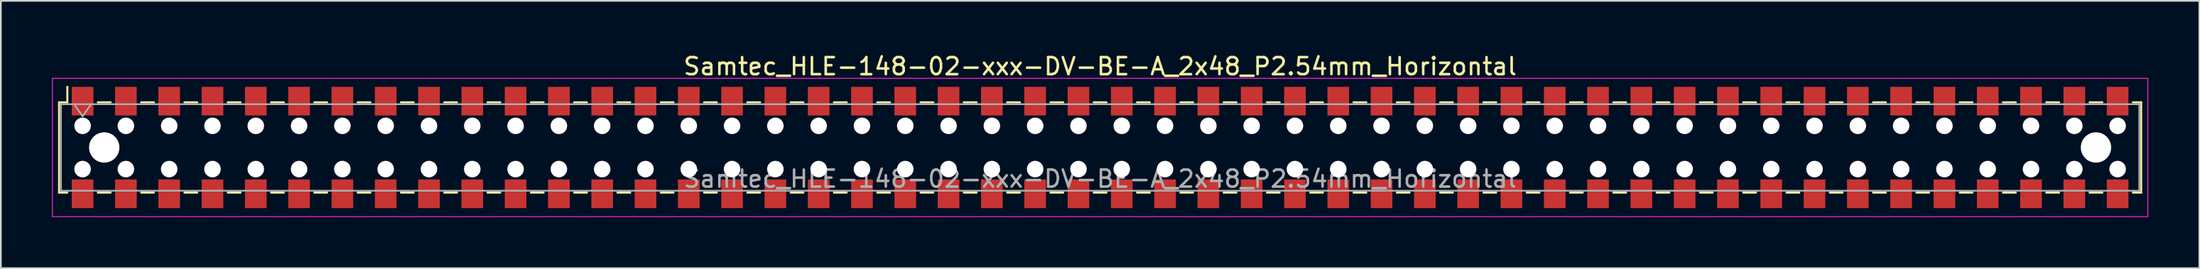
<source format=kicad_pcb>
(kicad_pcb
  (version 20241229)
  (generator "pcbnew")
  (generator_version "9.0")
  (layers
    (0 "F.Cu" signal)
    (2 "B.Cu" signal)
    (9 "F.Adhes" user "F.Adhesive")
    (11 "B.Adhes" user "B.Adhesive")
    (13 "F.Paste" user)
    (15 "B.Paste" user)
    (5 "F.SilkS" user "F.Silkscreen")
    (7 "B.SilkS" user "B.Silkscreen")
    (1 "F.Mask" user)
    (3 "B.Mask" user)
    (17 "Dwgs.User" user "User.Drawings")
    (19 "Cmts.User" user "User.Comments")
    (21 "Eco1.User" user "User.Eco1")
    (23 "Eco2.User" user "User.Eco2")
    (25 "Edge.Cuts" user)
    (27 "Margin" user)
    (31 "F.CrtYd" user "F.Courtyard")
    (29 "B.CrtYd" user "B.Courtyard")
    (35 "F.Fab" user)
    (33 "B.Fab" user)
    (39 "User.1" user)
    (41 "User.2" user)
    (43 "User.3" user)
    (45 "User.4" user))
  (footprint "Samtec_HLE-148-02-xxx-DV-BE-A_2x48_P2.54mm_Horizontal"
    (layer "F.Cu")
    (at 61.485 5.608)
    (property "Reference" "Samtec_HLE-148-02-xxx-DV-BE-A_2x48_P2.54mm_Horizontal" (at 0 -4.76 0) (layer "F.SilkS") (effects (font (size 1 1) (thickness 0.15))))
    (attr smd)
    (fp_line (start -61.07 -2.65) (end -61.07 2.65) (stroke (width 0.12) (type solid)) (layer "F.SilkS"))
    (fp_line (start -61.07 2.65) (end -60.585 2.65) (stroke (width 0.12) (type solid)) (layer "F.SilkS"))
    (fp_line (start -60.585 -3.56) (end -60.585 -2.65) (stroke (width 0.12) (type solid)) (layer "F.SilkS"))
    (fp_line (start -60.585 -2.65) (end -61.07 -2.65) (stroke (width 0.12) (type solid)) (layer "F.SilkS"))
    (fp_line (start -58.795 -2.65) (end -58.045 -2.65) (stroke (width 0.12) (type solid)) (layer "F.SilkS"))
    (fp_line (start -58.795 2.65) (end -58.045 2.65) (stroke (width 0.12) (type solid)) (layer "F.SilkS"))
    (fp_line (start -56.255 -2.65) (end -55.505 -2.65) (stroke (width 0.12) (type solid)) (layer "F.SilkS"))
    (fp_line (start -56.255 2.65) (end -55.505 2.65) (stroke (width 0.12) (type solid)) (layer "F.SilkS"))
    (fp_line (start -53.715 -2.65) (end -52.965 -2.65) (stroke (width 0.12) (type solid)) (layer "F.SilkS"))
    (fp_line (start -53.715 2.65) (end -52.965 2.65) (stroke (width 0.12) (type solid)) (layer "F.SilkS"))
    (fp_line (start -51.175 -2.65) (end -50.425 -2.65) (stroke (width 0.12) (type solid)) (layer "F.SilkS"))
    (fp_line (start -51.175 2.65) (end -50.425 2.65) (stroke (width 0.12) (type solid)) (layer "F.SilkS"))
    (fp_line (start -48.635 -2.65) (end -47.885 -2.65) (stroke (width 0.12) (type solid)) (layer "F.SilkS"))
    (fp_line (start -48.635 2.65) (end -47.885 2.65) (stroke (width 0.12) (type solid)) (layer "F.SilkS"))
    (fp_line (start -46.095 -2.65) (end -45.345 -2.65) (stroke (width 0.12) (type solid)) (layer "F.SilkS"))
    (fp_line (start -46.095 2.65) (end -45.345 2.65) (stroke (width 0.12) (type solid)) (layer "F.SilkS"))
    (fp_line (start -43.555 -2.65) (end -42.805 -2.65) (stroke (width 0.12) (type solid)) (layer "F.SilkS"))
    (fp_line (start -43.555 2.65) (end -42.805 2.65) (stroke (width 0.12) (type solid)) (layer "F.SilkS"))
    (fp_line (start -41.015 -2.65) (end -40.265 -2.65) (stroke (width 0.12) (type solid)) (layer "F.SilkS"))
    (fp_line (start -41.015 2.65) (end -40.265 2.65) (stroke (width 0.12) (type solid)) (layer "F.SilkS"))
    (fp_line (start -38.475 -2.65) (end -37.725 -2.65) (stroke (width 0.12) (type solid)) (layer "F.SilkS"))
    (fp_line (start -38.475 2.65) (end -37.725 2.65) (stroke (width 0.12) (type solid)) (layer "F.SilkS"))
    (fp_line (start -35.935 -2.65) (end -35.185 -2.65) (stroke (width 0.12) (type solid)) (layer "F.SilkS"))
    (fp_line (start -35.935 2.65) (end -35.185 2.65) (stroke (width 0.12) (type solid)) (layer "F.SilkS"))
    (fp_line (start -33.395 -2.65) (end -32.645 -2.65) (stroke (width 0.12) (type solid)) (layer "F.SilkS"))
    (fp_line (start -33.395 2.65) (end -32.645 2.65) (stroke (width 0.12) (type solid)) (layer "F.SilkS"))
    (fp_line (start -30.855 -2.65) (end -30.105 -2.65) (stroke (width 0.12) (type solid)) (layer "F.SilkS"))
    (fp_line (start -30.855 2.65) (end -30.105 2.65) (stroke (width 0.12) (type solid)) (layer "F.SilkS"))
    (fp_line (start -28.315 -2.65) (end -27.565 -2.65) (stroke (width 0.12) (type solid)) (layer "F.SilkS"))
    (fp_line (start -28.315 2.65) (end -27.565 2.65) (stroke (width 0.12) (type solid)) (layer "F.SilkS"))
    (fp_line (start -25.775 -2.65) (end -25.025 -2.65) (stroke (width 0.12) (type solid)) (layer "F.SilkS"))
    (fp_line (start -25.775 2.65) (end -25.025 2.65) (stroke (width 0.12) (type solid)) (layer "F.SilkS"))
    (fp_line (start -23.235 -2.65) (end -22.485 -2.65) (stroke (width 0.12) (type solid)) (layer "F.SilkS"))
    (fp_line (start -23.235 2.65) (end -22.485 2.65) (stroke (width 0.12) (type solid)) (layer "F.SilkS"))
    (fp_line (start -20.695 -2.65) (end -19.945 -2.65) (stroke (width 0.12) (type solid)) (layer "F.SilkS"))
    (fp_line (start -20.695 2.65) (end -19.945 2.65) (stroke (width 0.12) (type solid)) (layer "F.SilkS"))
    (fp_line (start -18.155 -2.65) (end -17.405 -2.65) (stroke (width 0.12) (type solid)) (layer "F.SilkS"))
    (fp_line (start -18.155 2.65) (end -17.405 2.65) (stroke (width 0.12) (type solid)) (layer "F.SilkS"))
    (fp_line (start -15.615 -2.65) (end -14.865 -2.65) (stroke (width 0.12) (type solid)) (layer "F.SilkS"))
    (fp_line (start -15.615 2.65) (end -14.865 2.65) (stroke (width 0.12) (type solid)) (layer "F.SilkS"))
    (fp_line (start -13.075 -2.65) (end -12.325 -2.65) (stroke (width 0.12) (type solid)) (layer "F.SilkS"))
    (fp_line (start -13.075 2.65) (end -12.325 2.65) (stroke (width 0.12) (type solid)) (layer "F.SilkS"))
    (fp_line (start -10.535 -2.65) (end -9.785 -2.65) (stroke (width 0.12) (type solid)) (layer "F.SilkS"))
    (fp_line (start -10.535 2.65) (end -9.785 2.65) (stroke (width 0.12) (type solid)) (layer "F.SilkS"))
    (fp_line (start -7.995 -2.65) (end -7.245 -2.65) (stroke (width 0.12) (type solid)) (layer "F.SilkS"))
    (fp_line (start -7.995 2.65) (end -7.245 2.65) (stroke (width 0.12) (type solid)) (layer "F.SilkS"))
    (fp_line (start -5.455 -2.65) (end -4.705 -2.65) (stroke (width 0.12) (type solid)) (layer "F.SilkS"))
    (fp_line (start -5.455 2.65) (end -4.705 2.65) (stroke (width 0.12) (type solid)) (layer "F.SilkS"))
    (fp_line (start -2.915 -2.65) (end -2.165 -2.65) (stroke (width 0.12) (type solid)) (layer "F.SilkS"))
    (fp_line (start -2.915 2.65) (end -2.165 2.65) (stroke (width 0.12) (type solid)) (layer "F.SilkS"))
    (fp_line (start -0.375 -2.65) (end 0.375 -2.65) (stroke (width 0.12) (type solid)) (layer "F.SilkS"))
    (fp_line (start -0.375 2.65) (end 0.375 2.65) (stroke (width 0.12) (type solid)) (layer "F.SilkS"))
    (fp_line (start 2.165 -2.65) (end 2.915 -2.65) (stroke (width 0.12) (type solid)) (layer "F.SilkS"))
    (fp_line (start 2.165 2.65) (end 2.915 2.65) (stroke (width 0.12) (type solid)) (layer "F.SilkS"))
    (fp_line (start 4.705 -2.65) (end 5.455 -2.65) (stroke (width 0.12) (type solid)) (layer "F.SilkS"))
    (fp_line (start 4.705 2.65) (end 5.455 2.65) (stroke (width 0.12) (type solid)) (layer "F.SilkS"))
    (fp_line (start 7.245 -2.65) (end 7.995 -2.65) (stroke (width 0.12) (type solid)) (layer "F.SilkS"))
    (fp_line (start 7.245 2.65) (end 7.995 2.65) (stroke (width 0.12) (type solid)) (layer "F.SilkS"))
    (fp_line (start 9.785 -2.65) (end 10.535 -2.65) (stroke (width 0.12) (type solid)) (layer "F.SilkS"))
    (fp_line (start 9.785 2.65) (end 10.535 2.65) (stroke (width 0.12) (type solid)) (layer "F.SilkS"))
    (fp_line (start 12.325 -2.65) (end 13.075 -2.65) (stroke (width 0.12) (type solid)) (layer "F.SilkS"))
    (fp_line (start 12.325 2.65) (end 13.075 2.65) (stroke (width 0.12) (type solid)) (layer "F.SilkS"))
    (fp_line (start 14.865 -2.65) (end 15.615 -2.65) (stroke (width 0.12) (type solid)) (layer "F.SilkS"))
    (fp_line (start 14.865 2.65) (end 15.615 2.65) (stroke (width 0.12) (type solid)) (layer "F.SilkS"))
    (fp_line (start 17.405 -2.65) (end 18.155 -2.65) (stroke (width 0.12) (type solid)) (layer "F.SilkS"))
    (fp_line (start 17.405 2.65) (end 18.155 2.65) (stroke (width 0.12) (type solid)) (layer "F.SilkS"))
    (fp_line (start 19.945 -2.65) (end 20.695 -2.65) (stroke (width 0.12) (type solid)) (layer "F.SilkS"))
    (fp_line (start 19.945 2.65) (end 20.695 2.65) (stroke (width 0.12) (type solid)) (layer "F.SilkS"))
    (fp_line (start 22.485 -2.65) (end 23.235 -2.65) (stroke (width 0.12) (type solid)) (layer "F.SilkS"))
    (fp_line (start 22.485 2.65) (end 23.235 2.65) (stroke (width 0.12) (type solid)) (layer "F.SilkS"))
    (fp_line (start 25.025 -2.65) (end 25.775 -2.65) (stroke (width 0.12) (type solid)) (layer "F.SilkS"))
    (fp_line (start 25.025 2.65) (end 25.775 2.65) (stroke (width 0.12) (type solid)) (layer "F.SilkS"))
    (fp_line (start 27.565 -2.65) (end 28.315 -2.65) (stroke (width 0.12) (type solid)) (layer "F.SilkS"))
    (fp_line (start 27.565 2.65) (end 28.315 2.65) (stroke (width 0.12) (type solid)) (layer "F.SilkS"))
    (fp_line (start 30.105 -2.65) (end 30.855 -2.65) (stroke (width 0.12) (type solid)) (layer "F.SilkS"))
    (fp_line (start 30.105 2.65) (end 30.855 2.65) (stroke (width 0.12) (type solid)) (layer "F.SilkS"))
    (fp_line (start 32.645 -2.65) (end 33.395 -2.65) (stroke (width 0.12) (type solid)) (layer "F.SilkS"))
    (fp_line (start 32.645 2.65) (end 33.395 2.65) (stroke (width 0.12) (type solid)) (layer "F.SilkS"))
    (fp_line (start 35.185 -2.65) (end 35.935 -2.65) (stroke (width 0.12) (type solid)) (layer "F.SilkS"))
    (fp_line (start 35.185 2.65) (end 35.935 2.65) (stroke (width 0.12) (type solid)) (layer "F.SilkS"))
    (fp_line (start 37.725 -2.65) (end 38.475 -2.65) (stroke (width 0.12) (type solid)) (layer "F.SilkS"))
    (fp_line (start 37.725 2.65) (end 38.475 2.65) (stroke (width 0.12) (type solid)) (layer "F.SilkS"))
    (fp_line (start 40.265 -2.65) (end 41.015 -2.65) (stroke (width 0.12) (type solid)) (layer "F.SilkS"))
    (fp_line (start 40.265 2.65) (end 41.015 2.65) (stroke (width 0.12) (type solid)) (layer "F.SilkS"))
    (fp_line (start 42.805 -2.65) (end 43.555 -2.65) (stroke (width 0.12) (type solid)) (layer "F.SilkS"))
    (fp_line (start 42.805 2.65) (end 43.555 2.65) (stroke (width 0.12) (type solid)) (layer "F.SilkS"))
    (fp_line (start 45.345 -2.65) (end 46.095 -2.65) (stroke (width 0.12) (type solid)) (layer "F.SilkS"))
    (fp_line (start 45.345 2.65) (end 46.095 2.65) (stroke (width 0.12) (type solid)) (layer "F.SilkS"))
    (fp_line (start 47.885 -2.65) (end 48.635 -2.65) (stroke (width 0.12) (type solid)) (layer "F.SilkS"))
    (fp_line (start 47.885 2.65) (end 48.635 2.65) (stroke (width 0.12) (type solid)) (layer "F.SilkS"))
    (fp_line (start 50.425 -2.65) (end 51.175 -2.65) (stroke (width 0.12) (type solid)) (layer "F.SilkS"))
    (fp_line (start 50.425 2.65) (end 51.175 2.65) (stroke (width 0.12) (type solid)) (layer "F.SilkS"))
    (fp_line (start 52.965 -2.65) (end 53.715 -2.65) (stroke (width 0.12) (type solid)) (layer "F.SilkS"))
    (fp_line (start 52.965 2.65) (end 53.715 2.65) (stroke (width 0.12) (type solid)) (layer "F.SilkS"))
    (fp_line (start 55.505 -2.65) (end 56.255 -2.65) (stroke (width 0.12) (type solid)) (layer "F.SilkS"))
    (fp_line (start 55.505 2.65) (end 56.255 2.65) (stroke (width 0.12) (type solid)) (layer "F.SilkS"))
    (fp_line (start 58.045 -2.65) (end 58.795 -2.65) (stroke (width 0.12) (type solid)) (layer "F.SilkS"))
    (fp_line (start 58.045 2.65) (end 58.795 2.65) (stroke (width 0.12) (type solid)) (layer "F.SilkS"))
    (fp_line (start 60.585 -2.65) (end 61.07 -2.65) (stroke (width 0.12) (type solid)) (layer "F.SilkS"))
    (fp_line (start 61.07 -2.65) (end 61.07 2.65) (stroke (width 0.12) (type solid)) (layer "F.SilkS"))
    (fp_line (start 61.07 2.65) (end 60.585 2.65) (stroke (width 0.12) (type solid)) (layer "F.SilkS"))
    (fp_line (start -61.46 -4.06) (end 61.46 -4.06) (stroke (width 0.05) (type solid)) (layer "F.CrtYd"))
    (fp_line (start -61.46 4.06) (end -61.46 -4.06) (stroke (width 0.05) (type solid)) (layer "F.CrtYd"))
    (fp_line (start 61.46 -4.06) (end 61.46 4.06) (stroke (width 0.05) (type solid)) (layer "F.CrtYd"))
    (fp_line (start 61.46 4.06) (end -61.46 4.06) (stroke (width 0.05) (type solid)) (layer "F.CrtYd"))
    (fp_line (start -60.96 -2.54) (end 60.96 -2.54) (stroke (width 0.1) (type solid)) (layer "F.Fab"))
    (fp_line (start -60.96 2.54) (end -60.96 -2.54) (stroke (width 0.1) (type solid)) (layer "F.Fab"))
    (fp_line (start -60.19 -2.54) (end -59.69 -1.833) (stroke (width 0.1) (type solid)) (layer "F.Fab"))
    (fp_line (start -59.69 -1.833) (end -59.19 -2.54) (stroke (width 0.1) (type solid)) (layer "F.Fab"))
    (fp_line (start 60.96 -2.54) (end 60.96 2.54) (stroke (width 0.1) (type solid)) (layer "F.Fab"))
    (fp_line (start 60.96 2.54) (end -60.96 2.54) (stroke (width 0.1) (type solid)) (layer "F.Fab"))
    (fp_text user "${REFERENCE}" (at 0 1.84 0) (layer "F.Fab") (effects (font (size 1 1) (thickness 0.15))))
    (pad "" np_thru_hole circle (at -59.69 -1.27) (size 0.97 0.97) (drill 0.97) (layers "*.Cu" "*.Mask"))
    (pad "" np_thru_hole circle (at -59.69 1.27) (size 0.97 0.97) (drill 0.97) (layers "*.Cu" "*.Mask"))
    (pad "" np_thru_hole circle (at -58.42 0) (size 1.78 1.78) (drill 1.78) (layers "*.Cu" "*.Mask"))
    (pad "" np_thru_hole circle (at -57.15 -1.27) (size 0.97 0.97) (drill 0.97) (layers "*.Cu" "*.Mask"))
    (pad "" np_thru_hole circle (at -57.15 1.27) (size 0.97 0.97) (drill 0.97) (layers "*.Cu" "*.Mask"))
    (pad "" np_thru_hole circle (at -54.61 -1.27) (size 0.97 0.97) (drill 0.97) (layers "*.Cu" "*.Mask"))
    (pad "" np_thru_hole circle (at -54.61 1.27) (size 0.97 0.97) (drill 0.97) (layers "*.Cu" "*.Mask"))
    (pad "" np_thru_hole circle (at -52.07 -1.27) (size 0.97 0.97) (drill 0.97) (layers "*.Cu" "*.Mask"))
    (pad "" np_thru_hole circle (at -52.07 1.27) (size 0.97 0.97) (drill 0.97) (layers "*.Cu" "*.Mask"))
    (pad "" np_thru_hole circle (at -49.53 -1.27) (size 0.97 0.97) (drill 0.97) (layers "*.Cu" "*.Mask"))
    (pad "" np_thru_hole circle (at -49.53 1.27) (size 0.97 0.97) (drill 0.97) (layers "*.Cu" "*.Mask"))
    (pad "" np_thru_hole circle (at -46.99 -1.27) (size 0.97 0.97) (drill 0.97) (layers "*.Cu" "*.Mask"))
    (pad "" np_thru_hole circle (at -46.99 1.27) (size 0.97 0.97) (drill 0.97) (layers "*.Cu" "*.Mask"))
    (pad "" np_thru_hole circle (at -44.45 -1.27) (size 0.97 0.97) (drill 0.97) (layers "*.Cu" "*.Mask"))
    (pad "" np_thru_hole circle (at -44.45 1.27) (size 0.97 0.97) (drill 0.97) (layers "*.Cu" "*.Mask"))
    (pad "" np_thru_hole circle (at -41.91 -1.27) (size 0.97 0.97) (drill 0.97) (layers "*.Cu" "*.Mask"))
    (pad "" np_thru_hole circle (at -41.91 1.27) (size 0.97 0.97) (drill 0.97) (layers "*.Cu" "*.Mask"))
    (pad "" np_thru_hole circle (at -39.37 -1.27) (size 0.97 0.97) (drill 0.97) (layers "*.Cu" "*.Mask"))
    (pad "" np_thru_hole circle (at -39.37 1.27) (size 0.97 0.97) (drill 0.97) (layers "*.Cu" "*.Mask"))
    (pad "" np_thru_hole circle (at -36.83 -1.27) (size 0.97 0.97) (drill 0.97) (layers "*.Cu" "*.Mask"))
    (pad "" np_thru_hole circle (at -36.83 1.27) (size 0.97 0.97) (drill 0.97) (layers "*.Cu" "*.Mask"))
    (pad "" np_thru_hole circle (at -34.29 -1.27) (size 0.97 0.97) (drill 0.97) (layers "*.Cu" "*.Mask"))
    (pad "" np_thru_hole circle (at -34.29 1.27) (size 0.97 0.97) (drill 0.97) (layers "*.Cu" "*.Mask"))
    (pad "" np_thru_hole circle (at -31.75 -1.27) (size 0.97 0.97) (drill 0.97) (layers "*.Cu" "*.Mask"))
    (pad "" np_thru_hole circle (at -31.75 1.27) (size 0.97 0.97) (drill 0.97) (layers "*.Cu" "*.Mask"))
    (pad "" np_thru_hole circle (at -29.21 -1.27) (size 0.97 0.97) (drill 0.97) (layers "*.Cu" "*.Mask"))
    (pad "" np_thru_hole circle (at -29.21 1.27) (size 0.97 0.97) (drill 0.97) (layers "*.Cu" "*.Mask"))
    (pad "" np_thru_hole circle (at -26.67 -1.27) (size 0.97 0.97) (drill 0.97) (layers "*.Cu" "*.Mask"))
    (pad "" np_thru_hole circle (at -26.67 1.27) (size 0.97 0.97) (drill 0.97) (layers "*.Cu" "*.Mask"))
    (pad "" np_thru_hole circle (at -24.13 -1.27) (size 0.97 0.97) (drill 0.97) (layers "*.Cu" "*.Mask"))
    (pad "" np_thru_hole circle (at -24.13 1.27) (size 0.97 0.97) (drill 0.97) (layers "*.Cu" "*.Mask"))
    (pad "" np_thru_hole circle (at -21.59 -1.27) (size 0.97 0.97) (drill 0.97) (layers "*.Cu" "*.Mask"))
    (pad "" np_thru_hole circle (at -21.59 1.27) (size 0.97 0.97) (drill 0.97) (layers "*.Cu" "*.Mask"))
    (pad "" np_thru_hole circle (at -19.05 -1.27) (size 0.97 0.97) (drill 0.97) (layers "*.Cu" "*.Mask"))
    (pad "" np_thru_hole circle (at -19.05 1.27) (size 0.97 0.97) (drill 0.97) (layers "*.Cu" "*.Mask"))
    (pad "" np_thru_hole circle (at -16.51 -1.27) (size 0.97 0.97) (drill 0.97) (layers "*.Cu" "*.Mask"))
    (pad "" np_thru_hole circle (at -16.51 1.27) (size 0.97 0.97) (drill 0.97) (layers "*.Cu" "*.Mask"))
    (pad "" np_thru_hole circle (at -13.97 -1.27) (size 0.97 0.97) (drill 0.97) (layers "*.Cu" "*.Mask"))
    (pad "" np_thru_hole circle (at -13.97 1.27) (size 0.97 0.97) (drill 0.97) (layers "*.Cu" "*.Mask"))
    (pad "" np_thru_hole circle (at -11.43 -1.27) (size 0.97 0.97) (drill 0.97) (layers "*.Cu" "*.Mask"))
    (pad "" np_thru_hole circle (at -11.43 1.27) (size 0.97 0.97) (drill 0.97) (layers "*.Cu" "*.Mask"))
    (pad "" np_thru_hole circle (at -8.89 -1.27) (size 0.97 0.97) (drill 0.97) (layers "*.Cu" "*.Mask"))
    (pad "" np_thru_hole circle (at -8.89 1.27) (size 0.97 0.97) (drill 0.97) (layers "*.Cu" "*.Mask"))
    (pad "" np_thru_hole circle (at -6.35 -1.27) (size 0.97 0.97) (drill 0.97) (layers "*.Cu" "*.Mask"))
    (pad "" np_thru_hole circle (at -6.35 1.27) (size 0.97 0.97) (drill 0.97) (layers "*.Cu" "*.Mask"))
    (pad "" np_thru_hole circle (at -3.81 -1.27) (size 0.97 0.97) (drill 0.97) (layers "*.Cu" "*.Mask"))
    (pad "" np_thru_hole circle (at -3.81 1.27) (size 0.97 0.97) (drill 0.97) (layers "*.Cu" "*.Mask"))
    (pad "" np_thru_hole circle (at -1.27 -1.27) (size 0.97 0.97) (drill 0.97) (layers "*.Cu" "*.Mask"))
    (pad "" np_thru_hole circle (at -1.27 1.27) (size 0.97 0.97) (drill 0.97) (layers "*.Cu" "*.Mask"))
    (pad "" np_thru_hole circle (at 1.27 -1.27) (size 0.97 0.97) (drill 0.97) (layers "*.Cu" "*.Mask"))
    (pad "" np_thru_hole circle (at 1.27 1.27) (size 0.97 0.97) (drill 0.97) (layers "*.Cu" "*.Mask"))
    (pad "" np_thru_hole circle (at 3.81 -1.27) (size 0.97 0.97) (drill 0.97) (layers "*.Cu" "*.Mask"))
    (pad "" np_thru_hole circle (at 3.81 1.27) (size 0.97 0.97) (drill 0.97) (layers "*.Cu" "*.Mask"))
    (pad "" np_thru_hole circle (at 6.35 -1.27) (size 0.97 0.97) (drill 0.97) (layers "*.Cu" "*.Mask"))
    (pad "" np_thru_hole circle (at 6.35 1.27) (size 0.97 0.97) (drill 0.97) (layers "*.Cu" "*.Mask"))
    (pad "" np_thru_hole circle (at 8.89 -1.27) (size 0.97 0.97) (drill 0.97) (layers "*.Cu" "*.Mask"))
    (pad "" np_thru_hole circle (at 8.89 1.27) (size 0.97 0.97) (drill 0.97) (layers "*.Cu" "*.Mask"))
    (pad "" np_thru_hole circle (at 11.43 -1.27) (size 0.97 0.97) (drill 0.97) (layers "*.Cu" "*.Mask"))
    (pad "" np_thru_hole circle (at 11.43 1.27) (size 0.97 0.97) (drill 0.97) (layers "*.Cu" "*.Mask"))
    (pad "" np_thru_hole circle (at 13.97 -1.27) (size 0.97 0.97) (drill 0.97) (layers "*.Cu" "*.Mask"))
    (pad "" np_thru_hole circle (at 13.97 1.27) (size 0.97 0.97) (drill 0.97) (layers "*.Cu" "*.Mask"))
    (pad "" np_thru_hole circle (at 16.51 -1.27) (size 0.97 0.97) (drill 0.97) (layers "*.Cu" "*.Mask"))
    (pad "" np_thru_hole circle (at 16.51 1.27) (size 0.97 0.97) (drill 0.97) (layers "*.Cu" "*.Mask"))
    (pad "" np_thru_hole circle (at 19.05 -1.27) (size 0.97 0.97) (drill 0.97) (layers "*.Cu" "*.Mask"))
    (pad "" np_thru_hole circle (at 19.05 1.27) (size 0.97 0.97) (drill 0.97) (layers "*.Cu" "*.Mask"))
    (pad "" np_thru_hole circle (at 21.59 -1.27) (size 0.97 0.97) (drill 0.97) (layers "*.Cu" "*.Mask"))
    (pad "" np_thru_hole circle (at 21.59 1.27) (size 0.97 0.97) (drill 0.97) (layers "*.Cu" "*.Mask"))
    (pad "" np_thru_hole circle (at 24.13 -1.27) (size 0.97 0.97) (drill 0.97) (layers "*.Cu" "*.Mask"))
    (pad "" np_thru_hole circle (at 24.13 1.27) (size 0.97 0.97) (drill 0.97) (layers "*.Cu" "*.Mask"))
    (pad "" np_thru_hole circle (at 26.67 -1.27) (size 0.97 0.97) (drill 0.97) (layers "*.Cu" "*.Mask"))
    (pad "" np_thru_hole circle (at 26.67 1.27) (size 0.97 0.97) (drill 0.97) (layers "*.Cu" "*.Mask"))
    (pad "" np_thru_hole circle (at 29.21 -1.27) (size 0.97 0.97) (drill 0.97) (layers "*.Cu" "*.Mask"))
    (pad "" np_thru_hole circle (at 29.21 1.27) (size 0.97 0.97) (drill 0.97) (layers "*.Cu" "*.Mask"))
    (pad "" np_thru_hole circle (at 31.75 -1.27) (size 0.97 0.97) (drill 0.97) (layers "*.Cu" "*.Mask"))
    (pad "" np_thru_hole circle (at 31.75 1.27) (size 0.97 0.97) (drill 0.97) (layers "*.Cu" "*.Mask"))
    (pad "" np_thru_hole circle (at 34.29 -1.27) (size 0.97 0.97) (drill 0.97) (layers "*.Cu" "*.Mask"))
    (pad "" np_thru_hole circle (at 34.29 1.27) (size 0.97 0.97) (drill 0.97) (layers "*.Cu" "*.Mask"))
    (pad "" np_thru_hole circle (at 36.83 -1.27) (size 0.97 0.97) (drill 0.97) (layers "*.Cu" "*.Mask"))
    (pad "" np_thru_hole circle (at 36.83 1.27) (size 0.97 0.97) (drill 0.97) (layers "*.Cu" "*.Mask"))
    (pad "" np_thru_hole circle (at 39.37 -1.27) (size 0.97 0.97) (drill 0.97) (layers "*.Cu" "*.Mask"))
    (pad "" np_thru_hole circle (at 39.37 1.27) (size 0.97 0.97) (drill 0.97) (layers "*.Cu" "*.Mask"))
    (pad "" np_thru_hole circle (at 41.91 -1.27) (size 0.97 0.97) (drill 0.97) (layers "*.Cu" "*.Mask"))
    (pad "" np_thru_hole circle (at 41.91 1.27) (size 0.97 0.97) (drill 0.97) (layers "*.Cu" "*.Mask"))
    (pad "" np_thru_hole circle (at 44.45 -1.27) (size 0.97 0.97) (drill 0.97) (layers "*.Cu" "*.Mask"))
    (pad "" np_thru_hole circle (at 44.45 1.27) (size 0.97 0.97) (drill 0.97) (layers "*.Cu" "*.Mask"))
    (pad "" np_thru_hole circle (at 46.99 -1.27) (size 0.97 0.97) (drill 0.97) (layers "*.Cu" "*.Mask"))
    (pad "" np_thru_hole circle (at 46.99 1.27) (size 0.97 0.97) (drill 0.97) (layers "*.Cu" "*.Mask"))
    (pad "" np_thru_hole circle (at 49.53 -1.27) (size 0.97 0.97) (drill 0.97) (layers "*.Cu" "*.Mask"))
    (pad "" np_thru_hole circle (at 49.53 1.27) (size 0.97 0.97) (drill 0.97) (layers "*.Cu" "*.Mask"))
    (pad "" np_thru_hole circle (at 52.07 -1.27) (size 0.97 0.97) (drill 0.97) (layers "*.Cu" "*.Mask"))
    (pad "" np_thru_hole circle (at 52.07 1.27) (size 0.97 0.97) (drill 0.97) (layers "*.Cu" "*.Mask"))
    (pad "" np_thru_hole circle (at 54.61 -1.27) (size 0.97 0.97) (drill 0.97) (layers "*.Cu" "*.Mask"))
    (pad "" np_thru_hole circle (at 54.61 1.27) (size 0.97 0.97) (drill 0.97) (layers "*.Cu" "*.Mask"))
    (pad "" np_thru_hole circle (at 57.15 -1.27) (size 0.97 0.97) (drill 0.97) (layers "*.Cu" "*.Mask"))
    (pad "" np_thru_hole circle (at 57.15 1.27) (size 0.97 0.97) (drill 0.97) (layers "*.Cu" "*.Mask"))
    (pad "" np_thru_hole circle (at 58.42 0) (size 1.78 1.78) (drill 1.78) (layers "*.Cu" "*.Mask"))
    (pad "" np_thru_hole circle (at 59.69 -1.27) (size 0.97 0.97) (drill 0.97) (layers "*.Cu" "*.Mask"))
    (pad "" np_thru_hole circle (at 59.69 1.27) (size 0.97 0.97) (drill 0.97) (layers "*.Cu" "*.Mask"))
    (pad "1" smd rect (at -59.69 -2.72) (size 1.27 1.68) (layers "F.Cu" "F.Mask" "F.Paste"))
    (pad "2" smd rect (at -59.69 2.72) (size 1.27 1.68) (layers "F.Cu" "F.Mask" "F.Paste"))
    (pad "3" smd rect (at -57.15 -2.72) (size 1.27 1.68) (layers "F.Cu" "F.Mask" "F.Paste"))
    (pad "4" smd rect (at -57.15 2.72) (size 1.27 1.68) (layers "F.Cu" "F.Mask" "F.Paste"))
    (pad "5" smd rect (at -54.61 -2.72) (size 1.27 1.68) (layers "F.Cu" "F.Mask" "F.Paste"))
    (pad "6" smd rect (at -54.61 2.72) (size 1.27 1.68) (layers "F.Cu" "F.Mask" "F.Paste"))
    (pad "7" smd rect (at -52.07 -2.72) (size 1.27 1.68) (layers "F.Cu" "F.Mask" "F.Paste"))
    (pad "8" smd rect (at -52.07 2.72) (size 1.27 1.68) (layers "F.Cu" "F.Mask" "F.Paste"))
    (pad "9" smd rect (at -49.53 -2.72) (size 1.27 1.68) (layers "F.Cu" "F.Mask" "F.Paste"))
    (pad "10" smd rect (at -49.53 2.72) (size 1.27 1.68) (layers "F.Cu" "F.Mask" "F.Paste"))
    (pad "11" smd rect (at -46.99 -2.72) (size 1.27 1.68) (layers "F.Cu" "F.Mask" "F.Paste"))
    (pad "12" smd rect (at -46.99 2.72) (size 1.27 1.68) (layers "F.Cu" "F.Mask" "F.Paste"))
    (pad "13" smd rect (at -44.45 -2.72) (size 1.27 1.68) (layers "F.Cu" "F.Mask" "F.Paste"))
    (pad "14" smd rect (at -44.45 2.72) (size 1.27 1.68) (layers "F.Cu" "F.Mask" "F.Paste"))
    (pad "15" smd rect (at -41.91 -2.72) (size 1.27 1.68) (layers "F.Cu" "F.Mask" "F.Paste"))
    (pad "16" smd rect (at -41.91 2.72) (size 1.27 1.68) (layers "F.Cu" "F.Mask" "F.Paste"))
    (pad "17" smd rect (at -39.37 -2.72) (size 1.27 1.68) (layers "F.Cu" "F.Mask" "F.Paste"))
    (pad "18" smd rect (at -39.37 2.72) (size 1.27 1.68) (layers "F.Cu" "F.Mask" "F.Paste"))
    (pad "19" smd rect (at -36.83 -2.72) (size 1.27 1.68) (layers "F.Cu" "F.Mask" "F.Paste"))
    (pad "20" smd rect (at -36.83 2.72) (size 1.27 1.68) (layers "F.Cu" "F.Mask" "F.Paste"))
    (pad "21" smd rect (at -34.29 -2.72) (size 1.27 1.68) (layers "F.Cu" "F.Mask" "F.Paste"))
    (pad "22" smd rect (at -34.29 2.72) (size 1.27 1.68) (layers "F.Cu" "F.Mask" "F.Paste"))
    (pad "23" smd rect (at -31.75 -2.72) (size 1.27 1.68) (layers "F.Cu" "F.Mask" "F.Paste"))
    (pad "24" smd rect (at -31.75 2.72) (size 1.27 1.68) (layers "F.Cu" "F.Mask" "F.Paste"))
    (pad "25" smd rect (at -29.21 -2.72) (size 1.27 1.68) (layers "F.Cu" "F.Mask" "F.Paste"))
    (pad "26" smd rect (at -29.21 2.72) (size 1.27 1.68) (layers "F.Cu" "F.Mask" "F.Paste"))
    (pad "27" smd rect (at -26.67 -2.72) (size 1.27 1.68) (layers "F.Cu" "F.Mask" "F.Paste"))
    (pad "28" smd rect (at -26.67 2.72) (size 1.27 1.68) (layers "F.Cu" "F.Mask" "F.Paste"))
    (pad "29" smd rect (at -24.13 -2.72) (size 1.27 1.68) (layers "F.Cu" "F.Mask" "F.Paste"))
    (pad "30" smd rect (at -24.13 2.72) (size 1.27 1.68) (layers "F.Cu" "F.Mask" "F.Paste"))
    (pad "31" smd rect (at -21.59 -2.72) (size 1.27 1.68) (layers "F.Cu" "F.Mask" "F.Paste"))
    (pad "32" smd rect (at -21.59 2.72) (size 1.27 1.68) (layers "F.Cu" "F.Mask" "F.Paste"))
    (pad "33" smd rect (at -19.05 -2.72) (size 1.27 1.68) (layers "F.Cu" "F.Mask" "F.Paste"))
    (pad "34" smd rect (at -19.05 2.72) (size 1.27 1.68) (layers "F.Cu" "F.Mask" "F.Paste"))
    (pad "35" smd rect (at -16.51 -2.72) (size 1.27 1.68) (layers "F.Cu" "F.Mask" "F.Paste"))
    (pad "36" smd rect (at -16.51 2.72) (size 1.27 1.68) (layers "F.Cu" "F.Mask" "F.Paste"))
    (pad "37" smd rect (at -13.97 -2.72) (size 1.27 1.68) (layers "F.Cu" "F.Mask" "F.Paste"))
    (pad "38" smd rect (at -13.97 2.72) (size 1.27 1.68) (layers "F.Cu" "F.Mask" "F.Paste"))
    (pad "39" smd rect (at -11.43 -2.72) (size 1.27 1.68) (layers "F.Cu" "F.Mask" "F.Paste"))
    (pad "40" smd rect (at -11.43 2.72) (size 1.27 1.68) (layers "F.Cu" "F.Mask" "F.Paste"))
    (pad "41" smd rect (at -8.89 -2.72) (size 1.27 1.68) (layers "F.Cu" "F.Mask" "F.Paste"))
    (pad "42" smd rect (at -8.89 2.72) (size 1.27 1.68) (layers "F.Cu" "F.Mask" "F.Paste"))
    (pad "43" smd rect (at -6.35 -2.72) (size 1.27 1.68) (layers "F.Cu" "F.Mask" "F.Paste"))
    (pad "44" smd rect (at -6.35 2.72) (size 1.27 1.68) (layers "F.Cu" "F.Mask" "F.Paste"))
    (pad "45" smd rect (at -3.81 -2.72) (size 1.27 1.68) (layers "F.Cu" "F.Mask" "F.Paste"))
    (pad "46" smd rect (at -3.81 2.72) (size 1.27 1.68) (layers "F.Cu" "F.Mask" "F.Paste"))
    (pad "47" smd rect (at -1.27 -2.72) (size 1.27 1.68) (layers "F.Cu" "F.Mask" "F.Paste"))
    (pad "48" smd rect (at -1.27 2.72) (size 1.27 1.68) (layers "F.Cu" "F.Mask" "F.Paste"))
    (pad "49" smd rect (at 1.27 -2.72) (size 1.27 1.68) (layers "F.Cu" "F.Mask" "F.Paste"))
    (pad "50" smd rect (at 1.27 2.72) (size 1.27 1.68) (layers "F.Cu" "F.Mask" "F.Paste"))
    (pad "51" smd rect (at 3.81 -2.72) (size 1.27 1.68) (layers "F.Cu" "F.Mask" "F.Paste"))
    (pad "52" smd rect (at 3.81 2.72) (size 1.27 1.68) (layers "F.Cu" "F.Mask" "F.Paste"))
    (pad "53" smd rect (at 6.35 -2.72) (size 1.27 1.68) (layers "F.Cu" "F.Mask" "F.Paste"))
    (pad "54" smd rect (at 6.35 2.72) (size 1.27 1.68) (layers "F.Cu" "F.Mask" "F.Paste"))
    (pad "55" smd rect (at 8.89 -2.72) (size 1.27 1.68) (layers "F.Cu" "F.Mask" "F.Paste"))
    (pad "56" smd rect (at 8.89 2.72) (size 1.27 1.68) (layers "F.Cu" "F.Mask" "F.Paste"))
    (pad "57" smd rect (at 11.43 -2.72) (size 1.27 1.68) (layers "F.Cu" "F.Mask" "F.Paste"))
    (pad "58" smd rect (at 11.43 2.72) (size 1.27 1.68) (layers "F.Cu" "F.Mask" "F.Paste"))
    (pad "59" smd rect (at 13.97 -2.72) (size 1.27 1.68) (layers "F.Cu" "F.Mask" "F.Paste"))
    (pad "60" smd rect (at 13.97 2.72) (size 1.27 1.68) (layers "F.Cu" "F.Mask" "F.Paste"))
    (pad "61" smd rect (at 16.51 -2.72) (size 1.27 1.68) (layers "F.Cu" "F.Mask" "F.Paste"))
    (pad "62" smd rect (at 16.51 2.72) (size 1.27 1.68) (layers "F.Cu" "F.Mask" "F.Paste"))
    (pad "63" smd rect (at 19.05 -2.72) (size 1.27 1.68) (layers "F.Cu" "F.Mask" "F.Paste"))
    (pad "64" smd rect (at 19.05 2.72) (size 1.27 1.68) (layers "F.Cu" "F.Mask" "F.Paste"))
    (pad "65" smd rect (at 21.59 -2.72) (size 1.27 1.68) (layers "F.Cu" "F.Mask" "F.Paste"))
    (pad "66" smd rect (at 21.59 2.72) (size 1.27 1.68) (layers "F.Cu" "F.Mask" "F.Paste"))
    (pad "67" smd rect (at 24.13 -2.72) (size 1.27 1.68) (layers "F.Cu" "F.Mask" "F.Paste"))
    (pad "68" smd rect (at 24.13 2.72) (size 1.27 1.68) (layers "F.Cu" "F.Mask" "F.Paste"))
    (pad "69" smd rect (at 26.67 -2.72) (size 1.27 1.68) (layers "F.Cu" "F.Mask" "F.Paste"))
    (pad "70" smd rect (at 26.67 2.72) (size 1.27 1.68) (layers "F.Cu" "F.Mask" "F.Paste"))
    (pad "71" smd rect (at 29.21 -2.72) (size 1.27 1.68) (layers "F.Cu" "F.Mask" "F.Paste"))
    (pad "72" smd rect (at 29.21 2.72) (size 1.27 1.68) (layers "F.Cu" "F.Mask" "F.Paste"))
    (pad "73" smd rect (at 31.75 -2.72) (size 1.27 1.68) (layers "F.Cu" "F.Mask" "F.Paste"))
    (pad "74" smd rect (at 31.75 2.72) (size 1.27 1.68) (layers "F.Cu" "F.Mask" "F.Paste"))
    (pad "75" smd rect (at 34.29 -2.72) (size 1.27 1.68) (layers "F.Cu" "F.Mask" "F.Paste"))
    (pad "76" smd rect (at 34.29 2.72) (size 1.27 1.68) (layers "F.Cu" "F.Mask" "F.Paste"))
    (pad "77" smd rect (at 36.83 -2.72) (size 1.27 1.68) (layers "F.Cu" "F.Mask" "F.Paste"))
    (pad "78" smd rect (at 36.83 2.72) (size 1.27 1.68) (layers "F.Cu" "F.Mask" "F.Paste"))
    (pad "79" smd rect (at 39.37 -2.72) (size 1.27 1.68) (layers "F.Cu" "F.Mask" "F.Paste"))
    (pad "80" smd rect (at 39.37 2.72) (size 1.27 1.68) (layers "F.Cu" "F.Mask" "F.Paste"))
    (pad "81" smd rect (at 41.91 -2.72) (size 1.27 1.68) (layers "F.Cu" "F.Mask" "F.Paste"))
    (pad "82" smd rect (at 41.91 2.72) (size 1.27 1.68) (layers "F.Cu" "F.Mask" "F.Paste"))
    (pad "83" smd rect (at 44.45 -2.72) (size 1.27 1.68) (layers "F.Cu" "F.Mask" "F.Paste"))
    (pad "84" smd rect (at 44.45 2.72) (size 1.27 1.68) (layers "F.Cu" "F.Mask" "F.Paste"))
    (pad "85" smd rect (at 46.99 -2.72) (size 1.27 1.68) (layers "F.Cu" "F.Mask" "F.Paste"))
    (pad "86" smd rect (at 46.99 2.72) (size 1.27 1.68) (layers "F.Cu" "F.Mask" "F.Paste"))
    (pad "87" smd rect (at 49.53 -2.72) (size 1.27 1.68) (layers "F.Cu" "F.Mask" "F.Paste"))
    (pad "88" smd rect (at 49.53 2.72) (size 1.27 1.68) (layers "F.Cu" "F.Mask" "F.Paste"))
    (pad "89" smd rect (at 52.07 -2.72) (size 1.27 1.68) (layers "F.Cu" "F.Mask" "F.Paste"))
    (pad "90" smd rect (at 52.07 2.72) (size 1.27 1.68) (layers "F.Cu" "F.Mask" "F.Paste"))
    (pad "91" smd rect (at 54.61 -2.72) (size 1.27 1.68) (layers "F.Cu" "F.Mask" "F.Paste"))
    (pad "92" smd rect (at 54.61 2.72) (size 1.27 1.68) (layers "F.Cu" "F.Mask" "F.Paste"))
    (pad "93" smd rect (at 57.15 -2.72) (size 1.27 1.68) (layers "F.Cu" "F.Mask" "F.Paste"))
    (pad "94" smd rect (at 57.15 2.72) (size 1.27 1.68) (layers "F.Cu" "F.Mask" "F.Paste"))
    (pad "95" smd rect (at 59.69 -2.72) (size 1.27 1.68) (layers "F.Cu" "F.Mask" "F.Paste"))
    (pad "96" smd rect (at 59.69 2.72) (size 1.27 1.68) (layers "F.Cu" "F.Mask" "F.Paste")))
  (gr_rect
    (start -3 -3)
    (end 125.97 12.693)
    (stroke (width 0.1) (type default))
    (fill no)
    (layer "Edge.Cuts")))
</source>
